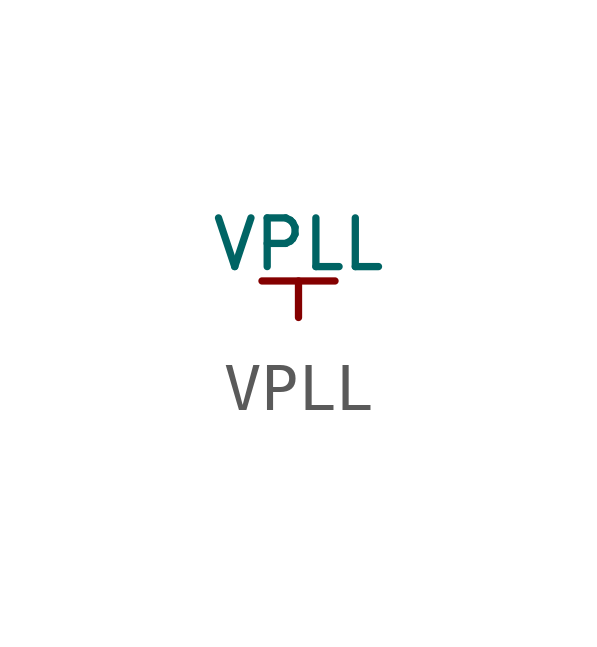
<source format=kicad_sym>
(kicad_symbol_lib
  (version 20211014)
  (generator kicad_symbol_editor)
  (symbol "VPLL"
    (power)
    (pin_numbers hide)
    (pin_names
      (offset 0) hide)
    (property "Reference" "#PWR"
      (at 0.254 0 0)
      (effects (font (size 0.508 0.508)) hide))
    (property "Value" "VPLL"
      (at 0 1.524 0)
      (effects (font (size 1.016 1.016))))
    (symbol "VPLL_0_1"
      (polyline (pts (xy -0.762 0.762) (xy 0.762 0.762)) (stroke (width 0) (type default) (color 0 0 0 0)) (fill (type none)))
      (polyline (pts (xy 0 0) (xy 0 0.762)) (stroke (width 0) (type default) (color 0 0 0 0)) (fill (type none))))
    (symbol "VPLL_1_1"
      (pin power_in line (at 0 0 90) (length 0) hide (name "VPLL" (effects (font (size 1.27 1.27)))) (number "1" (effects (font (size 1.27 1.27))))))))
</source>
